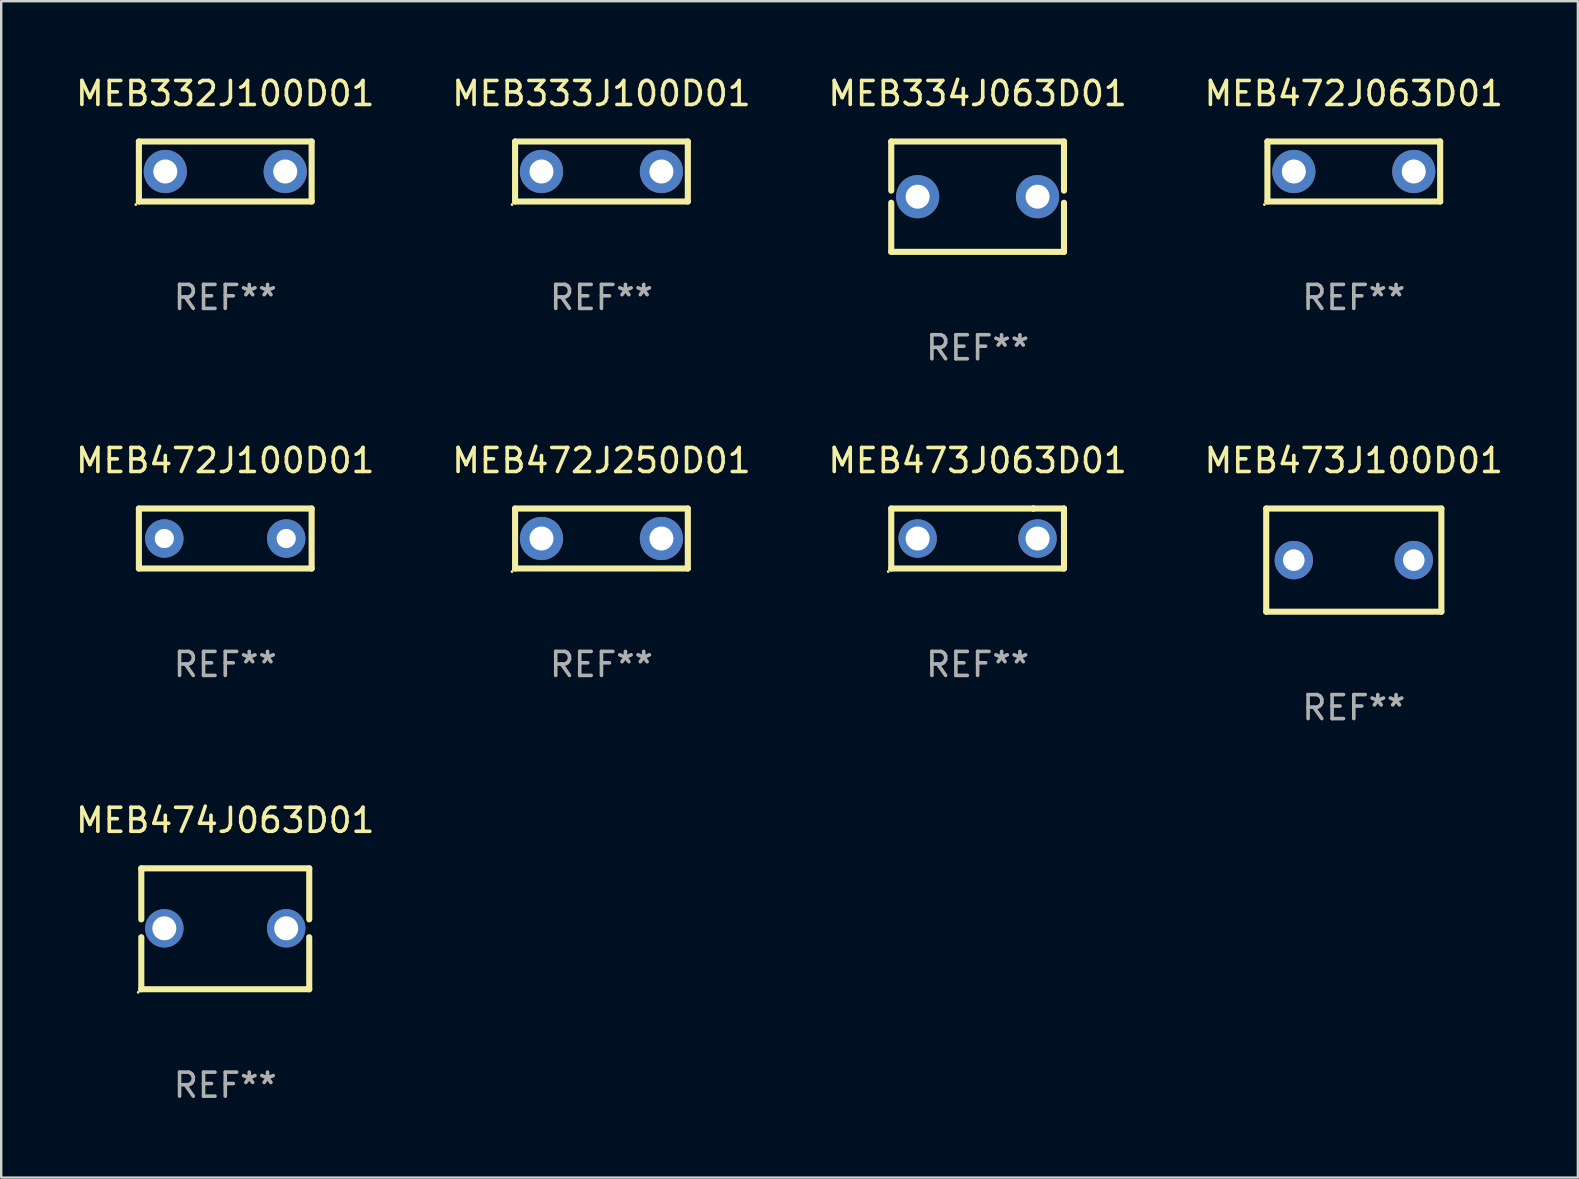
<source format=kicad_pcb>
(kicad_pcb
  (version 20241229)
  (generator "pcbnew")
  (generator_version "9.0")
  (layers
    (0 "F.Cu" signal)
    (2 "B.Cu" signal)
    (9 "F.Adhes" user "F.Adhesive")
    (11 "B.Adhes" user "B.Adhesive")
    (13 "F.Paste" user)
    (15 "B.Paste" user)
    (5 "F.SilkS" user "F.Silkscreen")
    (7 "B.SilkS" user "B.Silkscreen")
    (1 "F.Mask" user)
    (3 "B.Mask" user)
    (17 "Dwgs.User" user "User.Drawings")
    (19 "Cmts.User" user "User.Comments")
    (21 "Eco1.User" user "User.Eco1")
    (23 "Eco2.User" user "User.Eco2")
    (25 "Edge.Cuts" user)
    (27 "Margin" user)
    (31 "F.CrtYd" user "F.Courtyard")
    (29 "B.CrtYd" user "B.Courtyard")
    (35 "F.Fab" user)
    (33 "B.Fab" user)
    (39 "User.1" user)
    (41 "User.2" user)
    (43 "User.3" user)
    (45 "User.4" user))
  (footprint "MEB473J100D01"
    (layer "F.Cu")
    (at 53.375 20.295)
    (property "Reference" "MEB473J100D01" (at 0 -4.15 0) (layer "F.SilkS") (effects (font (size 1 1) (thickness 0.15))))
    (attr through_hole)
    (fp_line (start -3.65 -2.15) (end 3.65 -2.15) (stroke (width 0.254) (type solid)) (layer "F.SilkS"))
    (fp_line (start -3.65 2.15) (end -3.65 -2.15) (stroke (width 0.254) (type solid)) (layer "F.SilkS"))
    (fp_line (start 3.65 -2.15) (end 3.65 2.15) (stroke (width 0.254) (type solid)) (layer "F.SilkS"))
    (fp_line (start 3.65 2.15) (end -3.65 2.15) (stroke (width 0.254) (type solid)) (layer "F.SilkS"))
    (fp_circle (center -3.65 2.15) (end -3.62 2.15) (stroke (width 0.06) (type solid)) (fill no) (layer "F.SilkS"))
    (fp_text user "REF**" (at 0 6.15 0) (layer "F.Fab") (effects (font (size 1 1) (thickness 0.15))))
    (pad "1" thru_hole circle (at -2.5 0) (size 1.6 1.6) (drill 0.9) (layers "*.Cu" "*.Mask"))
    (pad "2" thru_hole circle (at 2.5 0) (size 1.6 1.6) (drill 0.9) (layers "*.Cu" "*.Mask")))
  (footprint "MEB332J100D01"
    (layer "F.Cu")
    (at 6.339 4.098)
    (property "Reference" "MEB332J100D01" (at 0 -3.25 0) (layer "F.SilkS") (effects (font (size 1 1) (thickness 0.15))))
    (attr through_hole)
    (fp_line (start -3.6 -1.25) (end 3.6 -1.25) (stroke (width 0.254) (type solid)) (layer "F.SilkS"))
    (fp_line (start -3.6 1.25) (end -3.6 -1.25) (stroke (width 0.254) (type solid)) (layer "F.SilkS"))
    (fp_line (start -3.6 1.25) (end 3.6 1.25) (stroke (width 0.254) (type solid)) (layer "F.SilkS"))
    (fp_line (start 3.6 -1.25) (end 3.6 1.25) (stroke (width 0.254) (type solid)) (layer "F.SilkS"))
    (fp_circle (center -3.727 1.377) (end -3.697 1.377) (stroke (width 0.06) (type solid)) (fill no) (layer "F.SilkS"))
    (fp_text user "REF**" (at 0 5.25 0) (layer "F.Fab") (effects (font (size 1 1) (thickness 0.15))))
    (pad "1" thru_hole circle (at -2.499 -0.000013) (size 1.8 1.8) (drill 1) (layers "*.Cu" "*.Mask"))
    (pad "2" thru_hole circle (at 2.499 -0.000013) (size 1.8 1.8) (drill 1) (layers "*.Cu" "*.Mask")))
  (footprint "MEB334J063D01"
    (layer "F.Cu")
    (at 37.696 5.148)
    (property "Reference" "MEB334J063D01" (at 0 -4.3 0) (layer "F.SilkS") (effects (font (size 1 1) (thickness 0.15))))
    (attr through_hole)
    (fp_line (start -3.6 -2.3) (end -3.6 -0.252) (stroke (width 0.254) (type solid)) (layer "F.SilkS"))
    (fp_line (start -3.6 -2.3) (end 3.6 -2.3) (stroke (width 0.254) (type solid)) (layer "F.SilkS"))
    (fp_line (start -3.6 0.252) (end -3.6 2.3) (stroke (width 0.254) (type solid)) (layer "F.SilkS"))
    (fp_line (start -3.6 2.3) (end 3.6 2.3) (stroke (width 0.254) (type solid)) (layer "F.SilkS"))
    (fp_line (start 3.6 -0.252) (end 3.6 -2.3) (stroke (width 0.254) (type solid)) (layer "F.SilkS"))
    (fp_line (start 3.6 2.3) (end 3.6 0.252) (stroke (width 0.254) (type solid)) (layer "F.SilkS"))
    (fp_circle (center -3.6 2.25) (end -3.57 2.25) (stroke (width 0.06) (type solid)) (fill no) (layer "F.SilkS"))
    (fp_text user "REF**" (at 0 6.3 0) (layer "F.Fab") (effects (font (size 1 1) (thickness 0.15))))
    (pad "1" thru_hole circle (at -2.499 0) (size 1.8 1.8) (drill 1) (layers "*.Cu" "*.Mask"))
    (pad "2" thru_hole circle (at 2.499 0) (size 1.8 1.8) (drill 1) (layers "*.Cu" "*.Mask")))
  (footprint "MEB472J250D01"
    (layer "F.Cu")
    (at 22.018 19.395)
    (property "Reference" "MEB472J250D01" (at 0 -3.25 0) (layer "F.SilkS") (effects (font (size 1 1) (thickness 0.15))))
    (attr through_hole)
    (fp_line (start -3.6 -1.25) (end 3.6 -1.25) (stroke (width 0.254) (type solid)) (layer "F.SilkS"))
    (fp_line (start -3.6 1.25) (end -3.6 -1.25) (stroke (width 0.254) (type solid)) (layer "F.SilkS"))
    (fp_line (start -3.6 1.25) (end 3.6 1.25) (stroke (width 0.254) (type solid)) (layer "F.SilkS"))
    (fp_line (start 3.6 -1.25) (end 3.6 1.25) (stroke (width 0.254) (type solid)) (layer "F.SilkS"))
    (fp_circle (center -3.727 1.377) (end -3.697 1.377) (stroke (width 0.06) (type solid)) (fill no) (layer "F.SilkS"))
    (fp_text user "REF**" (at 0 5.25 0) (layer "F.Fab") (effects (font (size 1 1) (thickness 0.15))))
    (pad "1" thru_hole circle (at -2.499 -0.000013) (size 1.8 1.8) (drill 1) (layers "*.Cu" "*.Mask"))
    (pad "2" thru_hole circle (at 2.499 -0.000013) (size 1.8 1.8) (drill 1) (layers "*.Cu" "*.Mask")))
  (footprint "MEB474J063D01"
    (layer "F.Cu")
    (at 6.339 35.661)
    (property "Reference" "MEB474J063D01" (at 0 -4.52 0) (layer "F.SilkS") (effects (font (size 1 1) (thickness 0.15))))
    (attr through_hole)
    (fp_line (start -3.5 -2.52) (end -3.5 -0.392) (stroke (width 0.254) (type solid)) (layer "F.SilkS"))
    (fp_line (start -3.5 -2.52) (end 3.5 -2.52) (stroke (width 0.254) (type solid)) (layer "F.SilkS"))
    (fp_line (start -3.5 0.352) (end -3.5 2.52) (stroke (width 0.254) (type solid)) (layer "F.SilkS"))
    (fp_line (start 3.5 -2.52) (end 3.5 -0.392) (stroke (width 0.254) (type solid)) (layer "F.SilkS"))
    (fp_line (start 3.5 0.352) (end 3.5 2.52) (stroke (width 0.254) (type solid)) (layer "F.SilkS"))
    (fp_line (start 3.5 2.52) (end -3.5 2.52) (stroke (width 0.254) (type solid)) (layer "F.SilkS"))
    (fp_circle (center -3.627 2.647) (end -3.597 2.647) (stroke (width 0.06) (type solid)) (fill no) (layer "F.SilkS"))
    (fp_text user "REF**" (at 0 6.52 0) (layer "F.Fab") (effects (font (size 1 1) (thickness 0.15))))
    (pad "1" thru_hole circle (at -2.54 -0.02) (size 1.6 1.6) (drill 1) (layers "*.Cu" "*.Mask"))
    (pad "2" thru_hole circle (at 2.54 -0.02) (size 1.6 1.6) (drill 1) (layers "*.Cu" "*.Mask")))
  (footprint "MEB473J063D01"
    (layer "F.Cu")
    (at 37.696 19.395)
    (property "Reference" "MEB473J063D01" (at 0 -3.25 0) (layer "F.SilkS") (effects (font (size 1 1) (thickness 0.15))))
    (attr through_hole)
    (fp_line (start -3.6 1.25) (end -3.6 -1.25) (stroke (width 0.254) (type solid)) (layer "F.SilkS"))
    (fp_line (start -3.6 1.25) (end 3.6 1.25) (stroke (width 0.254) (type solid)) (layer "F.SilkS"))
    (fp_line (start -3.6 -1.25) (end 2.326 -1.25) (stroke (width 0.254) (type solid)) (layer "F.SilkS"))
    (fp_line (start 2.326 -1.25) (end 2.326 -1.25) (stroke (width 0.254) (type solid)) (layer "F.SilkS"))
    (fp_line (start 2.326 -1.25) (end 3.6 -1.25) (stroke (width 0.254) (type solid)) (layer "F.SilkS"))
    (fp_line (start 3.6 -1.25) (end 3.6 1.25) (stroke (width 0.254) (type solid)) (layer "F.SilkS"))
    (fp_circle (center -3.727 1.377) (end -3.697 1.377) (stroke (width 0.06) (type solid)) (fill no) (layer "F.SilkS"))
    (fp_text user "REF**" (at 0 5.25 0) (layer "F.Fab") (effects (font (size 1 1) (thickness 0.15))))
    (pad "1" thru_hole circle (at -2.499 -0.000013) (size 1.6 1.6) (drill 1) (layers "*.Cu" "*.Mask"))
    (pad "2" thru_hole circle (at 2.499 -0.000013) (size 1.6 1.6) (drill 1) (layers "*.Cu" "*.Mask")))
  (footprint "MEB472J100D01"
    (layer "F.Cu")
    (at 6.339 19.395)
    (property "Reference" "MEB472J100D01" (at 0 -3.25 0) (layer "F.SilkS") (effects (font (size 1 1) (thickness 0.15))))
    (attr through_hole)
    (fp_line (start -3.6 -1.25) (end -3.6 1.25) (stroke (width 0.254) (type solid)) (layer "F.SilkS"))
    (fp_line (start -3.6 -1.25) (end 3.6 -1.25) (stroke (width 0.254) (type solid)) (layer "F.SilkS"))
    (fp_line (start 3.6 1.25) (end -3.6 1.25) (stroke (width 0.254) (type solid)) (layer "F.SilkS"))
    (fp_line (start 3.6 1.25) (end 3.6 -1.25) (stroke (width 0.254) (type solid)) (layer "F.SilkS"))
    (fp_circle (center -3.6 1.25) (end -3.57 1.25) (stroke (width 0.06) (type solid)) (fill no) (layer "F.SilkS"))
    (fp_text user "REF**" (at 0 5.25 0) (layer "F.Fab") (effects (font (size 1 1) (thickness 0.15))))
    (pad "1" thru_hole circle (at -2.54 0) (size 1.6 1.6) (drill 0.8) (layers "*.Cu" "*.Mask"))
    (pad "2" thru_hole circle (at 2.54 0) (size 1.6 1.6) (drill 0.8) (layers "*.Cu" "*.Mask")))
  (footprint "MEB472J063D01"
    (layer "F.Cu")
    (at 53.375 4.098)
    (property "Reference" "MEB472J063D01" (at 0 -3.25 0) (layer "F.SilkS") (effects (font (size 1 1) (thickness 0.15))))
    (attr through_hole)
    (fp_line (start -3.6 -1.25) (end 3.6 -1.25) (stroke (width 0.254) (type solid)) (layer "F.SilkS"))
    (fp_line (start -3.6 1.25) (end -3.6 -1.25) (stroke (width 0.254) (type solid)) (layer "F.SilkS"))
    (fp_line (start -3.6 1.25) (end 3.6 1.25) (stroke (width 0.254) (type solid)) (layer "F.SilkS"))
    (fp_line (start 3.6 -1.25) (end 3.6 1.25) (stroke (width 0.254) (type solid)) (layer "F.SilkS"))
    (fp_circle (center -3.727 1.377) (end -3.697 1.377) (stroke (width 0.06) (type solid)) (fill no) (layer "F.SilkS"))
    (fp_text user "REF**" (at 0 5.25 0) (layer "F.Fab") (effects (font (size 1 1) (thickness 0.15))))
    (pad "1" thru_hole circle (at -2.499 -0.000013) (size 1.8 1.8) (drill 1) (layers "*.Cu" "*.Mask"))
    (pad "2" thru_hole circle (at 2.499 -0.000013) (size 1.8 1.8) (drill 1) (layers "*.Cu" "*.Mask")))
  (footprint "MEB333J100D01"
    (layer "F.Cu")
    (at 22.018 4.098)
    (property "Reference" "MEB333J100D01" (at 0 -3.25 0) (layer "F.SilkS") (effects (font (size 1 1) (thickness 0.15))))
    (attr through_hole)
    (fp_line (start -3.6 -1.25) (end 3.6 -1.25) (stroke (width 0.254) (type solid)) (layer "F.SilkS"))
    (fp_line (start -3.6 1.25) (end -3.6 -1.25) (stroke (width 0.254) (type solid)) (layer "F.SilkS"))
    (fp_line (start -3.6 1.25) (end 3.6 1.25) (stroke (width 0.254) (type solid)) (layer "F.SilkS"))
    (fp_line (start 3.6 -1.25) (end 3.6 1.25) (stroke (width 0.254) (type solid)) (layer "F.SilkS"))
    (fp_circle (center -3.727 1.377) (end -3.697 1.377) (stroke (width 0.06) (type solid)) (fill no) (layer "F.SilkS"))
    (fp_text user "REF**" (at 0 5.25 0) (layer "F.Fab") (effects (font (size 1 1) (thickness 0.15))))
    (pad "1" thru_hole circle (at -2.499 -0.000013) (size 1.8 1.8) (drill 1) (layers "*.Cu" "*.Mask"))
    (pad "2" thru_hole circle (at 2.499 -0.000013) (size 1.8 1.8) (drill 1) (layers "*.Cu" "*.Mask")))
  (gr_rect
    (start -3 -3)
    (end 62.714 46.03)
    (stroke (width 0.1) (type default))
    (fill no)
    (layer "Edge.Cuts")))
</source>
